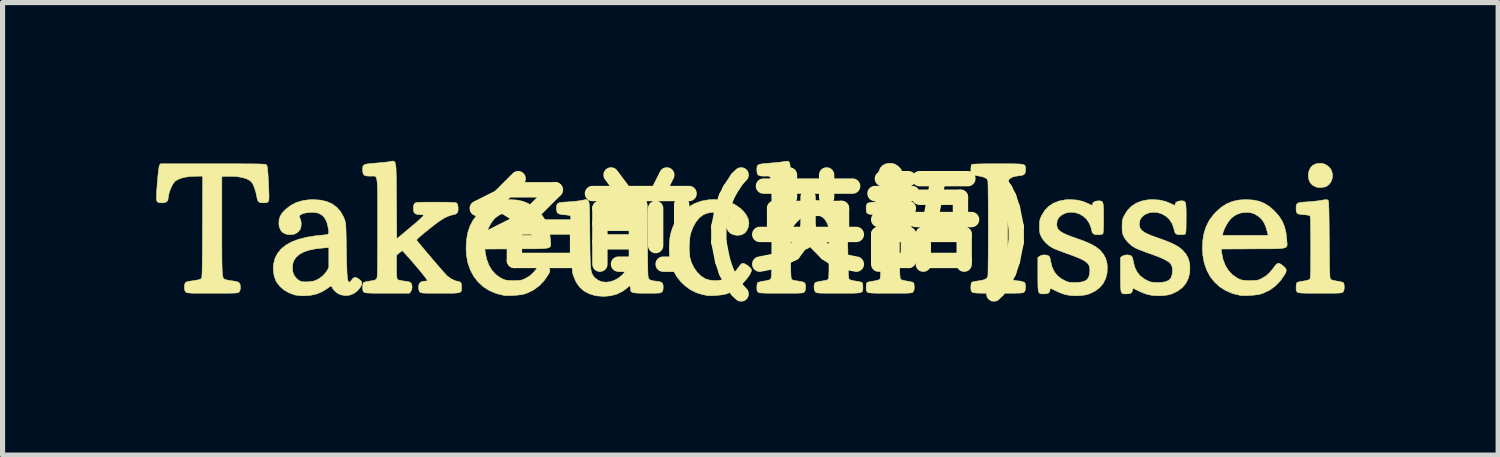
<source format=kicad_pcb>
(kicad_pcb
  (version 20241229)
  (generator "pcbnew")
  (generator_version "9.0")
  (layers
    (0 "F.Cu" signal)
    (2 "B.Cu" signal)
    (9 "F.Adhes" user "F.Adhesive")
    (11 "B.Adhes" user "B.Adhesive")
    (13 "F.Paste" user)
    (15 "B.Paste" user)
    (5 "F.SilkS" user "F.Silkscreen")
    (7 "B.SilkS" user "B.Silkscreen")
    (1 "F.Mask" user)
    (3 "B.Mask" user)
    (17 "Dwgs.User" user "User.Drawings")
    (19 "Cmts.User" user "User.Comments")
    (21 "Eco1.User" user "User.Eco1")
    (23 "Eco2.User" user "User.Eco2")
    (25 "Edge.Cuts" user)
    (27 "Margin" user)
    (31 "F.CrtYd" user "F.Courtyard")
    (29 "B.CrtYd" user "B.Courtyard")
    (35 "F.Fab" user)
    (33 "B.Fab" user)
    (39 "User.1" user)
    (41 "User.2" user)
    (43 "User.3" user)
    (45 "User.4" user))
  (footprint "名前(英語)"
    (layer "F.Cu")
    (at 11.638 1.418)
    (property "Reference" "名前(英語)" (at 0 0 0) (layer "F.SilkS") (effects (font (size 1.524 1.524) (thickness 0.3))))
    (attr through_hole)
    (fp_poly (pts (xy 2.738 -1.277) (xy 2.794 -1.258) (xy 2.849 -1.221) (xy 2.894 -1.173) (xy 2.917 -1.134) (xy 2.933 -1.065) (xy 2.93 -0.995) (xy 2.908 -0.928) (xy 2.87 -0.871) (xy 2.818 -0.831) (xy 2.768 -0.815) (xy 2.707 -0.807) (xy 2.648 -0.809) (xy 2.616 -0.816) (xy 2.547 -0.851) (xy 2.498 -0.9) (xy 2.47 -0.965) (xy 2.461 -1.041) (xy 2.472 -1.123) (xy 2.501 -1.19) (xy 2.548 -1.24) (xy 2.611 -1.27) (xy 2.688 -1.281) (xy 2.738 -1.277)) (stroke (width 0.01) (type solid)) (fill yes) (layer "F.SilkS"))
    (fp_poly (pts (xy 11.133 -1.277) (xy 11.189 -1.258) (xy 11.244 -1.221) (xy 11.289 -1.173) (xy 11.311 -1.134) (xy 11.328 -1.065) (xy 11.325 -0.995) (xy 11.303 -0.928) (xy 11.265 -0.871) (xy 11.213 -0.831) (xy 11.163 -0.815) (xy 11.102 -0.807) (xy 11.042 -0.809) (xy 11.01 -0.816) (xy 10.941 -0.851) (xy 10.893 -0.9) (xy 10.865 -0.965) (xy 10.856 -1.041) (xy 10.866 -1.123) (xy 10.896 -1.19) (xy 10.943 -1.24) (xy 11.006 -1.27) (xy 11.082 -1.281) (xy 11.133 -1.277)) (stroke (width 0.01) (type solid)) (fill yes) (layer "F.SilkS"))
    (fp_poly (pts (xy -0.607 -0.561) (xy -0.471 -0.53) (xy -0.349 -0.479) (xy -0.242 -0.407) (xy -0.178 -0.348) (xy -0.115 -0.267) (xy -0.078 -0.187) (xy -0.066 -0.108) (xy -0.08 -0.029) (xy -0.108 0.033) (xy -0.151 0.084) (xy -0.207 0.115) (xy -0.28 0.127) (xy -0.291 0.127) (xy -0.367 0.116) (xy -0.428 0.086) (xy -0.473 0.041) (xy -0.5 -0.017) (xy -0.507 -0.084) (xy -0.491 -0.156) (xy -0.483 -0.174) (xy -0.469 -0.207) (xy -0.466 -0.226) (xy -0.474 -0.239) (xy -0.48 -0.245) (xy -0.542 -0.284) (xy -0.619 -0.31) (xy -0.705 -0.322) (xy -0.794 -0.321) (xy -0.879 -0.306) (xy -0.953 -0.277) (xy -0.96 -0.273) (xy -1.033 -0.216) (xy -1.099 -0.137) (xy -1.154 -0.04) (xy -1.198 0.075) (xy -1.208 0.112) (xy -1.224 0.194) (xy -1.233 0.29) (xy -1.235 0.39) (xy -1.23 0.484) (xy -1.22 0.552) (xy -1.188 0.66) (xy -1.139 0.76) (xy -1.076 0.848) (xy -1.004 0.92) (xy -0.923 0.972) (xy -0.918 0.975) (xy -0.842 0.999) (xy -0.754 1.011) (xy -0.662 1.009) (xy -0.575 0.994) (xy -0.53 0.98) (xy -0.46 0.942) (xy -0.387 0.885) (xy -0.317 0.815) (xy -0.265 0.747) (xy -0.235 0.706) (xy -0.211 0.683) (xy -0.19 0.674) (xy -0.182 0.673) (xy -0.15 0.682) (xy -0.11 0.704) (xy -0.07 0.733) (xy -0.037 0.765) (xy -0.018 0.792) (xy -0.018 0.795) (xy -0.02 0.83) (xy -0.041 0.878) (xy -0.078 0.936) (xy -0.13 1.001) (xy -0.195 1.071) (xy -0.197 1.073) (xy -0.291 1.157) (xy -0.387 1.219) (xy -0.49 1.264) (xy -0.533 1.277) (xy -0.575 1.285) (xy -0.631 1.293) (xy -0.696 1.299) (xy -0.761 1.303) (xy -0.819 1.305) (xy -0.864 1.303) (xy -0.883 1.301) (xy -0.909 1.295) (xy -0.95 1.287) (xy -0.978 1.281) (xy -1.091 1.247) (xy -1.203 1.191) (xy -1.307 1.116) (xy -1.401 1.026) (xy -1.479 0.924) (xy -1.522 0.849) (xy -1.573 0.727) (xy -1.606 0.601) (xy -1.621 0.466) (xy -1.621 0.33) (xy -1.614 0.219) (xy -1.6 0.124) (xy -1.578 0.038) (xy -1.546 -0.047) (xy -1.524 -0.095) (xy -1.449 -0.224) (xy -1.358 -0.333) (xy -1.251 -0.423) (xy -1.131 -0.492) (xy -0.998 -0.541) (xy -0.853 -0.567) (xy -0.756 -0.572) (xy -0.607 -0.561)) (stroke (width 0.01) (type solid)) (fill yes) (layer "F.SilkS"))
    (fp_poly (pts (xy -4.603 -0.563) (xy -4.484 -0.539) (xy -4.377 -0.496) (xy -4.277 -0.433) (xy -4.183 -0.35) (xy -4.098 -0.254) (xy -4.033 -0.155) (xy -3.987 -0.048) (xy -3.957 0.072) (xy -3.942 0.209) (xy -3.942 0.21) (xy -3.939 0.249) (xy -3.936 0.282) (xy -3.935 0.31) (xy -3.938 0.332) (xy -3.947 0.349) (xy -3.964 0.363) (xy -3.991 0.373) (xy -4.03 0.38) (xy -4.083 0.385) (xy -4.152 0.388) (xy -4.238 0.389) (xy -4.345 0.39) (xy -4.473 0.39) (xy -4.598 0.391) (xy -5.222 0.394) (xy -5.214 0.461) (xy -5.187 0.593) (xy -5.142 0.711) (xy -5.081 0.812) (xy -5.004 0.895) (xy -4.913 0.959) (xy -4.89 0.971) (xy -4.852 0.988) (xy -4.82 0.999) (xy -4.787 1.005) (xy -4.745 1.009) (xy -4.688 1.01) (xy -4.661 1.01) (xy -4.596 1.009) (xy -4.55 1.007) (xy -4.514 1.002) (xy -4.483 0.993) (xy -4.448 0.978) (xy -4.432 0.97) (xy -4.351 0.923) (xy -4.279 0.86) (xy -4.211 0.778) (xy -4.192 0.751) (xy -4.155 0.703) (xy -4.123 0.677) (xy -4.09 0.674) (xy -4.052 0.693) (xy -4.01 0.725) (xy -3.971 0.764) (xy -3.952 0.798) (xy -3.954 0.835) (xy -3.975 0.88) (xy -3.978 0.885) (xy -4.062 1.008) (xy -4.16 1.111) (xy -4.271 1.193) (xy -4.394 1.253) (xy -4.465 1.276) (xy -4.512 1.285) (xy -4.576 1.293) (xy -4.648 1.299) (xy -4.72 1.303) (xy -4.786 1.304) (xy -4.836 1.301) (xy -4.845 1.3) (xy -4.994 1.264) (xy -5.129 1.208) (xy -5.248 1.133) (xy -5.351 1.039) (xy -5.437 0.93) (xy -5.504 0.804) (xy -5.553 0.665) (xy -5.581 0.512) (xy -5.588 0.381) (xy -5.58 0.221) (xy -5.564 0.127) (xy -5.196 0.127) (xy -4.305 0.127) (xy -4.313 0.092) (xy -4.343 -0.019) (xy -4.38 -0.109) (xy -4.425 -0.18) (xy -4.482 -0.236) (xy -4.551 -0.28) (xy -4.571 -0.29) (xy -4.62 -0.309) (xy -4.669 -0.319) (xy -4.729 -0.322) (xy -4.737 -0.322) (xy -4.838 -0.311) (xy -4.927 -0.278) (xy -5.008 -0.222) (xy -5.037 -0.195) (xy -5.079 -0.143) (xy -5.12 -0.078) (xy -5.156 -0.007) (xy -5.181 0.059) (xy -5.188 0.086) (xy -5.196 0.127) (xy -5.564 0.127) (xy -5.556 0.078) (xy -5.514 -0.05) (xy -5.453 -0.167) (xy -5.373 -0.275) (xy -5.321 -0.331) (xy -5.218 -0.423) (xy -5.111 -0.491) (xy -4.997 -0.537) (xy -4.872 -0.563) (xy -4.738 -0.571) (xy -4.603 -0.563)) (stroke (width 0.01) (type solid)) (fill yes) (layer "F.SilkS"))
    (fp_poly (pts (xy 9.774 -0.563) (xy 9.893 -0.539) (xy 10 -0.496) (xy 10.099 -0.433) (xy 10.193 -0.35) (xy 10.279 -0.254) (xy 10.344 -0.155) (xy 10.39 -0.048) (xy 10.419 0.072) (xy 10.435 0.209) (xy 10.435 0.21) (xy 10.438 0.249) (xy 10.441 0.282) (xy 10.442 0.31) (xy 10.438 0.332) (xy 10.429 0.349) (xy 10.412 0.363) (xy 10.385 0.373) (xy 10.346 0.38) (xy 10.293 0.385) (xy 10.225 0.388) (xy 10.138 0.389) (xy 10.032 0.39) (xy 9.903 0.39) (xy 9.779 0.391) (xy 9.154 0.394) (xy 9.163 0.461) (xy 9.189 0.593) (xy 9.234 0.711) (xy 9.295 0.812) (xy 9.372 0.895) (xy 9.464 0.959) (xy 9.487 0.971) (xy 9.525 0.988) (xy 9.557 0.999) (xy 9.59 1.005) (xy 9.631 1.009) (xy 9.689 1.01) (xy 9.716 1.01) (xy 9.78 1.009) (xy 9.827 1.007) (xy 9.862 1.002) (xy 9.894 0.993) (xy 9.928 0.978) (xy 9.944 0.97) (xy 10.025 0.923) (xy 10.097 0.86) (xy 10.165 0.778) (xy 10.184 0.751) (xy 10.221 0.703) (xy 10.253 0.677) (xy 10.286 0.674) (xy 10.325 0.693) (xy 10.366 0.725) (xy 10.406 0.764) (xy 10.424 0.798) (xy 10.422 0.835) (xy 10.402 0.88) (xy 10.399 0.885) (xy 10.315 1.008) (xy 10.217 1.111) (xy 10.106 1.193) (xy 9.982 1.253) (xy 9.912 1.276) (xy 9.864 1.285) (xy 9.801 1.293) (xy 9.729 1.299) (xy 9.656 1.303) (xy 9.591 1.304) (xy 9.541 1.301) (xy 9.531 1.3) (xy 9.382 1.264) (xy 9.248 1.208) (xy 9.129 1.133) (xy 9.025 1.039) (xy 8.94 0.93) (xy 8.872 0.804) (xy 8.824 0.665) (xy 8.796 0.512) (xy 8.789 0.381) (xy 8.796 0.221) (xy 8.812 0.127) (xy 9.18 0.127) (xy 10.072 0.127) (xy 10.064 0.092) (xy 10.033 -0.019) (xy 9.997 -0.109) (xy 9.951 -0.18) (xy 9.895 -0.236) (xy 9.825 -0.28) (xy 9.806 -0.29) (xy 9.756 -0.309) (xy 9.707 -0.319) (xy 9.647 -0.322) (xy 9.639 -0.322) (xy 9.539 -0.311) (xy 9.449 -0.278) (xy 9.368 -0.222) (xy 9.339 -0.195) (xy 9.298 -0.143) (xy 9.257 -0.078) (xy 9.221 -0.007) (xy 9.195 0.059) (xy 9.188 0.086) (xy 9.18 0.127) (xy 8.812 0.127) (xy 8.821 0.078) (xy 8.863 -0.05) (xy 8.923 -0.167) (xy 9.004 -0.275) (xy 9.055 -0.331) (xy 9.159 -0.423) (xy 9.265 -0.491) (xy 9.379 -0.537) (xy 9.504 -0.563) (xy 9.638 -0.571) (xy 9.774 -0.563)) (stroke (width 0.01) (type solid)) (fill yes) (layer "F.SilkS"))
    (fp_poly (pts (xy 2.825 -0.569) (xy 2.837 -0.564) (xy 2.845 -0.559) (xy 2.849 -0.554) (xy 2.852 -0.542) (xy 2.855 -0.523) (xy 2.858 -0.494) (xy 2.86 -0.453) (xy 2.862 -0.398) (xy 2.864 -0.328) (xy 2.865 -0.241) (xy 2.867 -0.134) (xy 2.868 -0.007) (xy 2.87 0.144) (xy 2.87 0.209) (xy 2.872 0.368) (xy 2.873 0.503) (xy 2.874 0.617) (xy 2.876 0.712) (xy 2.877 0.788) (xy 2.879 0.849) (xy 2.881 0.895) (xy 2.884 0.93) (xy 2.887 0.954) (xy 2.89 0.971) (xy 2.894 0.98) (xy 2.897 0.985) (xy 2.92 0.997) (xy 2.963 1.009) (xy 3.019 1.02) (xy 3.028 1.021) (xy 3.084 1.031) (xy 3.126 1.043) (xy 3.149 1.053) (xy 3.151 1.055) (xy 3.157 1.078) (xy 3.161 1.115) (xy 3.162 1.14) (xy 3.159 1.188) (xy 3.148 1.219) (xy 3.137 1.232) (xy 3.129 1.239) (xy 3.119 1.244) (xy 3.103 1.249) (xy 3.08 1.252) (xy 3.047 1.254) (xy 3 1.256) (xy 2.938 1.257) (xy 2.857 1.257) (xy 2.754 1.257) (xy 2.695 1.257) (xy 2.579 1.257) (xy 2.485 1.257) (xy 2.412 1.256) (xy 2.356 1.254) (xy 2.314 1.252) (xy 2.285 1.249) (xy 2.266 1.245) (xy 2.254 1.239) (xy 2.251 1.238) (xy 2.234 1.221) (xy 2.226 1.198) (xy 2.223 1.16) (xy 2.223 1.145) (xy 2.225 1.102) (xy 2.23 1.068) (xy 2.235 1.054) (xy 2.255 1.042) (xy 2.299 1.03) (xy 2.357 1.021) (xy 2.42 1.01) (xy 2.465 0.997) (xy 2.487 0.985) (xy 2.492 0.978) (xy 2.496 0.967) (xy 2.5 0.949) (xy 2.502 0.922) (xy 2.504 0.884) (xy 2.506 0.833) (xy 2.507 0.767) (xy 2.508 0.683) (xy 2.508 0.579) (xy 2.508 0.453) (xy 2.508 0.362) (xy 2.508 0.214) (xy 2.508 0.089) (xy 2.507 -0.014) (xy 2.505 -0.096) (xy 2.503 -0.159) (xy 2.501 -0.205) (xy 2.498 -0.236) (xy 2.495 -0.252) (xy 2.493 -0.255) (xy 2.474 -0.263) (xy 2.436 -0.27) (xy 2.387 -0.276) (xy 2.372 -0.277) (xy 2.308 -0.282) (xy 2.266 -0.291) (xy 2.24 -0.309) (xy 2.227 -0.337) (xy 2.223 -0.381) (xy 2.223 -0.402) (xy 2.224 -0.444) (xy 2.231 -0.475) (xy 2.247 -0.496) (xy 2.276 -0.509) (xy 2.321 -0.518) (xy 2.386 -0.523) (xy 2.426 -0.526) (xy 2.5 -0.531) (xy 2.579 -0.538) (xy 2.651 -0.547) (xy 2.686 -0.552) (xy 2.745 -0.562) (xy 2.785 -0.568) (xy 2.81 -0.57) (xy 2.825 -0.569)) (stroke (width 0.01) (type solid)) (fill yes) (layer "F.SilkS"))
    (fp_poly (pts (xy 11.22 -0.569) (xy 11.231 -0.564) (xy 11.239 -0.559) (xy 11.244 -0.554) (xy 11.247 -0.542) (xy 11.25 -0.523) (xy 11.253 -0.494) (xy 11.255 -0.453) (xy 11.257 -0.398) (xy 11.259 -0.328) (xy 11.26 -0.241) (xy 11.262 -0.134) (xy 11.263 -0.007) (xy 11.264 0.144) (xy 11.265 0.209) (xy 11.266 0.368) (xy 11.268 0.503) (xy 11.269 0.617) (xy 11.27 0.712) (xy 11.272 0.788) (xy 11.274 0.849) (xy 11.276 0.895) (xy 11.278 0.93) (xy 11.281 0.954) (xy 11.285 0.971) (xy 11.288 0.98) (xy 11.291 0.985) (xy 11.315 0.997) (xy 11.357 1.009) (xy 11.414 1.02) (xy 11.423 1.021) (xy 11.479 1.031) (xy 11.521 1.043) (xy 11.544 1.053) (xy 11.545 1.055) (xy 11.552 1.078) (xy 11.556 1.115) (xy 11.557 1.14) (xy 11.554 1.188) (xy 11.542 1.219) (xy 11.532 1.232) (xy 11.524 1.239) (xy 11.513 1.244) (xy 11.498 1.249) (xy 11.475 1.252) (xy 11.442 1.254) (xy 11.395 1.256) (xy 11.333 1.257) (xy 11.251 1.257) (xy 11.149 1.257) (xy 11.09 1.257) (xy 10.974 1.257) (xy 10.88 1.257) (xy 10.806 1.256) (xy 10.75 1.254) (xy 10.709 1.252) (xy 10.68 1.249) (xy 10.661 1.245) (xy 10.648 1.239) (xy 10.645 1.238) (xy 10.629 1.221) (xy 10.62 1.198) (xy 10.617 1.16) (xy 10.617 1.145) (xy 10.62 1.102) (xy 10.625 1.068) (xy 10.63 1.054) (xy 10.65 1.042) (xy 10.694 1.03) (xy 10.751 1.021) (xy 10.815 1.01) (xy 10.86 0.997) (xy 10.882 0.985) (xy 10.887 0.978) (xy 10.891 0.967) (xy 10.894 0.949) (xy 10.897 0.922) (xy 10.899 0.884) (xy 10.901 0.833) (xy 10.902 0.767) (xy 10.902 0.683) (xy 10.903 0.579) (xy 10.903 0.453) (xy 10.903 0.362) (xy 10.903 0.214) (xy 10.902 0.089) (xy 10.901 -0.014) (xy 10.9 -0.096) (xy 10.898 -0.159) (xy 10.896 -0.205) (xy 10.893 -0.236) (xy 10.889 -0.252) (xy 10.888 -0.255) (xy 10.868 -0.263) (xy 10.831 -0.27) (xy 10.782 -0.276) (xy 10.767 -0.277) (xy 10.703 -0.282) (xy 10.66 -0.291) (xy 10.635 -0.309) (xy 10.622 -0.337) (xy 10.617 -0.381) (xy 10.617 -0.402) (xy 10.619 -0.444) (xy 10.626 -0.475) (xy 10.642 -0.496) (xy 10.67 -0.509) (xy 10.715 -0.518) (xy 10.781 -0.523) (xy 10.82 -0.526) (xy 10.894 -0.531) (xy 10.974 -0.538) (xy 11.046 -0.547) (xy 11.081 -0.552) (xy 11.14 -0.562) (xy 11.18 -0.568) (xy 11.205 -0.57) (xy 11.22 -0.569)) (stroke (width 0.01) (type solid)) (fill yes) (layer "F.SilkS"))
    (fp_poly (pts (xy 5.034 -1.27) (xy 5.121 -1.269) (xy 5.19 -1.267) (xy 5.242 -1.264) (xy 5.28 -1.258) (xy 5.306 -1.25) (xy 5.322 -1.238) (xy 5.33 -1.223) (xy 5.334 -1.204) (xy 5.334 -1.181) (xy 5.334 -1.153) (xy 5.331 -1.106) (xy 5.318 -1.074) (xy 5.292 -1.054) (xy 5.249 -1.042) (xy 5.202 -1.036) (xy 5.123 -1.024) (xy 5.065 -1.005) (xy 5.025 -0.978) (xy 5.008 -0.957) (xy 5.004 -0.949) (xy 5 -0.939) (xy 4.996 -0.925) (xy 4.994 -0.904) (xy 4.991 -0.876) (xy 4.989 -0.839) (xy 4.988 -0.789) (xy 4.987 -0.727) (xy 4.986 -0.65) (xy 4.985 -0.556) (xy 4.985 -0.443) (xy 4.985 -0.311) (xy 4.985 -0.155) (xy 4.985 -0.013) (xy 4.985 0.167) (xy 4.985 0.323) (xy 4.986 0.457) (xy 4.986 0.57) (xy 4.987 0.665) (xy 4.988 0.743) (xy 4.99 0.805) (xy 4.992 0.853) (xy 4.994 0.889) (xy 4.997 0.914) (xy 5 0.931) (xy 5.002 0.937) (xy 5.018 0.964) (xy 5.043 0.982) (xy 5.084 0.997) (xy 5.129 1.008) (xy 5.172 1.015) (xy 5.187 1.016) (xy 5.232 1.02) (xy 5.276 1.031) (xy 5.31 1.046) (xy 5.323 1.057) (xy 5.329 1.078) (xy 5.333 1.115) (xy 5.334 1.14) (xy 5.331 1.188) (xy 5.319 1.219) (xy 5.309 1.232) (xy 5.301 1.238) (xy 5.292 1.244) (xy 5.277 1.248) (xy 5.256 1.251) (xy 5.225 1.254) (xy 5.182 1.255) (xy 5.124 1.256) (xy 5.049 1.257) (xy 4.954 1.257) (xy 4.837 1.257) (xy 4.803 1.257) (xy 4.678 1.257) (xy 4.576 1.257) (xy 4.494 1.256) (xy 4.43 1.255) (xy 4.381 1.253) (xy 4.346 1.25) (xy 4.322 1.247) (xy 4.306 1.243) (xy 4.296 1.238) (xy 4.295 1.238) (xy 4.28 1.223) (xy 4.271 1.201) (xy 4.268 1.167) (xy 4.267 1.137) (xy 4.27 1.086) (xy 4.278 1.053) (xy 4.284 1.044) (xy 4.303 1.036) (xy 4.341 1.028) (xy 4.39 1.019) (xy 4.414 1.016) (xy 4.489 1.004) (xy 4.543 0.987) (xy 4.577 0.964) (xy 4.597 0.933) (xy 4.599 0.926) (xy 4.6 0.908) (xy 4.602 0.868) (xy 4.603 0.806) (xy 4.604 0.725) (xy 4.605 0.627) (xy 4.606 0.514) (xy 4.607 0.388) (xy 4.607 0.252) (xy 4.607 0.107) (xy 4.608 -0.006) (xy 4.607 -0.156) (xy 4.607 -0.299) (xy 4.607 -0.433) (xy 4.606 -0.555) (xy 4.605 -0.665) (xy 4.604 -0.759) (xy 4.603 -0.835) (xy 4.601 -0.892) (xy 4.6 -0.928) (xy 4.599 -0.939) (xy 4.583 -0.971) (xy 4.552 -0.995) (xy 4.504 -1.014) (xy 4.434 -1.03) (xy 4.409 -1.034) (xy 4.351 -1.044) (xy 4.307 -1.055) (xy 4.282 -1.065) (xy 4.279 -1.069) (xy 4.271 -1.093) (xy 4.268 -1.132) (xy 4.268 -1.177) (xy 4.272 -1.219) (xy 4.278 -1.248) (xy 4.282 -1.255) (xy 4.294 -1.259) (xy 4.319 -1.262) (xy 4.361 -1.265) (xy 4.421 -1.267) (xy 4.5 -1.269) (xy 4.6 -1.27) (xy 4.723 -1.27) (xy 4.795 -1.27) (xy 4.926 -1.27) (xy 5.034 -1.27)) (stroke (width 0.01) (type solid)) (fill yes) (layer "F.SilkS"))
    (fp_poly (pts (xy -8.437 -0.562) (xy -8.314 -0.535) (xy -8.207 -0.489) (xy -8.116 -0.424) (xy -8.042 -0.34) (xy -7.982 -0.236) (xy -7.961 -0.183) (xy -7.954 -0.163) (xy -7.948 -0.143) (xy -7.943 -0.12) (xy -7.94 -0.091) (xy -7.936 -0.053) (xy -7.934 -0.005) (xy -7.932 0.057) (xy -7.93 0.136) (xy -7.928 0.233) (xy -7.926 0.351) (xy -7.924 0.419) (xy -7.922 0.563) (xy -7.919 0.683) (xy -7.916 0.782) (xy -7.913 0.861) (xy -7.908 0.923) (xy -7.903 0.97) (xy -7.897 1.003) (xy -7.889 1.025) (xy -7.88 1.037) (xy -7.87 1.041) (xy -7.867 1.041) (xy -7.849 1.031) (xy -7.827 1.006) (xy -7.822 0.998) (xy -7.793 0.962) (xy -7.76 0.948) (xy -7.72 0.956) (xy -7.673 0.987) (xy -7.649 1.007) (xy -7.626 1.036) (xy -7.623 1.069) (xy -7.637 1.111) (xy -7.657 1.146) (xy -7.715 1.215) (xy -7.785 1.265) (xy -7.864 1.295) (xy -7.948 1.303) (xy -8.033 1.288) (xy -8.078 1.269) (xy -8.12 1.242) (xy -8.161 1.204) (xy -8.194 1.163) (xy -8.21 1.131) (xy -8.216 1.118) (xy -8.226 1.116) (xy -8.244 1.126) (xy -8.277 1.149) (xy -8.284 1.154) (xy -8.393 1.224) (xy -8.504 1.271) (xy -8.624 1.298) (xy -8.758 1.307) (xy -8.763 1.307) (xy -8.824 1.304) (xy -8.886 1.298) (xy -8.936 1.289) (xy -8.941 1.288) (xy -9.046 1.249) (xy -9.142 1.193) (xy -9.222 1.124) (xy -9.285 1.043) (xy -9.303 1.01) (xy -9.336 0.917) (xy -9.352 0.813) (xy -9.351 0.761) (xy -8.978 0.761) (xy -8.971 0.835) (xy -8.963 0.868) (xy -8.937 0.921) (xy -8.895 0.972) (xy -8.845 1.011) (xy -8.813 1.026) (xy -8.768 1.034) (xy -8.707 1.036) (xy -8.64 1.031) (xy -8.576 1.022) (xy -8.534 1.01) (xy -8.459 0.973) (xy -8.386 0.918) (xy -8.327 0.852) (xy -8.309 0.826) (xy -8.268 0.757) (xy -8.268 0.365) (xy -8.385 0.374) (xy -8.535 0.391) (xy -8.662 0.418) (xy -8.767 0.455) (xy -8.851 0.503) (xy -8.914 0.562) (xy -8.955 0.628) (xy -8.973 0.689) (xy -8.978 0.761) (xy -9.351 0.761) (xy -9.35 0.708) (xy -9.347 0.689) (xy -9.319 0.578) (xy -9.269 0.479) (xy -9.198 0.392) (xy -9.106 0.317) (xy -8.992 0.254) (xy -8.856 0.203) (xy -8.698 0.163) (xy -8.517 0.134) (xy -8.435 0.126) (xy -8.365 0.12) (xy -8.317 0.114) (xy -8.287 0.105) (xy -8.272 0.09) (xy -8.268 0.065) (xy -8.272 0.028) (xy -8.281 -0.025) (xy -8.304 -0.122) (xy -8.339 -0.199) (xy -8.387 -0.256) (xy -8.449 -0.297) (xy -8.458 -0.301) (xy -8.508 -0.315) (xy -8.574 -0.322) (xy -8.645 -0.321) (xy -8.713 -0.313) (xy -8.769 -0.299) (xy -8.777 -0.296) (xy -8.821 -0.274) (xy -8.843 -0.255) (xy -8.845 -0.233) (xy -8.831 -0.206) (xy -8.831 -0.206) (xy -8.814 -0.163) (xy -8.807 -0.107) (xy -8.81 -0.05) (xy -8.823 0.000451) (xy -8.834 0.021) (xy -8.883 0.073) (xy -8.94 0.103) (xy -9.01 0.114) (xy -9.023 0.114) (xy -9.102 0.104) (xy -9.163 0.075) (xy -9.208 0.027) (xy -9.235 -0.039) (xy -9.243 -0.093) (xy -9.24 -0.171) (xy -9.22 -0.241) (xy -9.179 -0.308) (xy -9.116 -0.376) (xy -9.113 -0.378) (xy -9.012 -0.457) (xy -8.9 -0.515) (xy -8.775 -0.552) (xy -8.636 -0.57) (xy -8.578 -0.571) (xy -8.437 -0.562)) (stroke (width 0.01) (type solid)) (fill yes) (layer "F.SilkS"))
    (fp_poly (pts (xy -10.344 -1.27) (xy -10.182 -1.27) (xy -10.042 -1.27) (xy -9.922 -1.269) (xy -9.821 -1.269) (xy -9.738 -1.268) (xy -9.669 -1.267) (xy -9.615 -1.266) (xy -9.573 -1.264) (xy -9.541 -1.262) (xy -9.518 -1.26) (xy -9.502 -1.257) (xy -9.492 -1.254) (xy -9.486 -1.25) (xy -9.484 -1.248) (xy -9.476 -1.234) (xy -9.47 -1.208) (xy -9.464 -1.167) (xy -9.459 -1.109) (xy -9.453 -1.029) (xy -9.45 -0.976) (xy -9.446 -0.892) (xy -9.442 -0.808) (xy -9.439 -0.733) (xy -9.437 -0.671) (xy -9.436 -0.631) (xy -9.438 -0.574) (xy -9.446 -0.538) (xy -9.466 -0.518) (xy -9.501 -0.51) (xy -9.554 -0.508) (xy -9.6 -0.511) (xy -9.631 -0.523) (xy -9.652 -0.548) (xy -9.667 -0.591) (xy -9.676 -0.639) (xy -9.693 -0.716) (xy -9.716 -0.792) (xy -9.743 -0.858) (xy -9.768 -0.904) (xy -9.81 -0.944) (xy -9.874 -0.977) (xy -9.956 -1.002) (xy -10.054 -1.019) (xy -10.164 -1.027) (xy -10.249 -1.026) (xy -10.357 -1.022) (xy -10.357 -0.064) (xy -10.357 0.121) (xy -10.357 0.283) (xy -10.356 0.422) (xy -10.356 0.541) (xy -10.355 0.641) (xy -10.353 0.724) (xy -10.351 0.792) (xy -10.348 0.846) (xy -10.345 0.889) (xy -10.34 0.92) (xy -10.335 0.944) (xy -10.328 0.96) (xy -10.32 0.972) (xy -10.311 0.979) (xy -10.3 0.985) (xy -10.293 0.989) (xy -10.266 0.996) (xy -10.223 1.005) (xy -10.17 1.014) (xy -10.151 1.016) (xy -10.085 1.026) (xy -10.04 1.04) (xy -10.013 1.061) (xy -9.999 1.092) (xy -9.995 1.136) (xy -9.995 1.144) (xy -9.999 1.193) (xy -10.014 1.224) (xy -10.02 1.232) (xy -10.028 1.238) (xy -10.037 1.244) (xy -10.051 1.248) (xy -10.072 1.251) (xy -10.102 1.253) (xy -10.145 1.255) (xy -10.202 1.256) (xy -10.276 1.257) (xy -10.369 1.257) (xy -10.484 1.257) (xy -10.541 1.257) (xy -10.666 1.257) (xy -10.769 1.257) (xy -10.851 1.257) (xy -10.915 1.256) (xy -10.963 1.254) (xy -10.998 1.252) (xy -11.023 1.249) (xy -11.04 1.245) (xy -11.051 1.241) (xy -11.059 1.235) (xy -11.062 1.232) (xy -11.078 1.207) (xy -11.086 1.171) (xy -11.087 1.138) (xy -11.083 1.085) (xy -11.068 1.052) (xy -11.037 1.033) (xy -10.989 1.023) (xy -10.896 1.01) (xy -10.828 0.998) (xy -10.783 0.985) (xy -10.758 0.972) (xy -10.758 0.971) (xy -10.754 0.966) (xy -10.751 0.955) (xy -10.748 0.938) (xy -10.746 0.912) (xy -10.743 0.877) (xy -10.742 0.83) (xy -10.74 0.77) (xy -10.739 0.695) (xy -10.738 0.604) (xy -10.737 0.495) (xy -10.736 0.366) (xy -10.735 0.215) (xy -10.735 0.042) (xy -10.734 -0.039) (xy -10.731 -1.029) (xy -10.842 -1.028) (xy -10.975 -1.023) (xy -11.088 -1.006) (xy -11.18 -0.98) (xy -11.251 -0.943) (xy -11.276 -0.923) (xy -11.307 -0.883) (xy -11.339 -0.825) (xy -11.367 -0.758) (xy -11.389 -0.688) (xy -11.402 -0.623) (xy -11.405 -0.592) (xy -11.415 -0.55) (xy -11.447 -0.522) (xy -11.497 -0.509) (xy -11.52 -0.508) (xy -11.574 -0.511) (xy -11.608 -0.521) (xy -11.626 -0.544) (xy -11.633 -0.581) (xy -11.633 -0.601) (xy -11.632 -0.656) (xy -11.629 -0.724) (xy -11.624 -0.802) (xy -11.618 -0.884) (xy -11.611 -0.967) (xy -11.603 -1.046) (xy -11.595 -1.118) (xy -11.587 -1.177) (xy -11.581 -1.219) (xy -11.575 -1.241) (xy -11.574 -1.241) (xy -11.556 -1.27) (xy -10.53 -1.27) (xy -10.344 -1.27)) (stroke (width 0.01) (type solid)) (fill yes) (layer "F.SilkS"))
    (fp_poly (pts (xy 6.335 -0.563) (xy 6.453 -0.536) (xy 6.553 -0.495) (xy 6.597 -0.473) (xy 6.624 -0.462) (xy 6.637 -0.46) (xy 6.642 -0.468) (xy 6.642 -0.482) (xy 6.654 -0.511) (xy 6.686 -0.533) (xy 6.733 -0.545) (xy 6.757 -0.546) (xy 6.787 -0.546) (xy 6.811 -0.542) (xy 6.828 -0.533) (xy 6.841 -0.515) (xy 6.849 -0.485) (xy 6.854 -0.442) (xy 6.857 -0.381) (xy 6.858 -0.3) (xy 6.858 -0.208) (xy 6.858 -0.104) (xy 6.856 -0.023) (xy 6.854 0.035) (xy 6.85 0.074) (xy 6.845 0.095) (xy 6.843 0.099) (xy 6.822 0.107) (xy 6.785 0.113) (xy 6.749 0.114) (xy 6.695 0.111) (xy 6.659 0.097) (xy 6.637 0.07) (xy 6.625 0.024) (xy 6.623 0.016) (xy 6.613 -0.026) (xy 6.594 -0.076) (xy 6.577 -0.114) (xy 6.527 -0.189) (xy 6.462 -0.248) (xy 6.385 -0.292) (xy 6.302 -0.318) (xy 6.216 -0.325) (xy 6.133 -0.313) (xy 6.055 -0.28) (xy 6.034 -0.266) (xy 5.983 -0.219) (xy 5.953 -0.164) (xy 5.944 -0.096) (xy 5.944 -0.091) (xy 5.948 -0.047) (xy 5.961 -0.009) (xy 5.986 0.025) (xy 6.025 0.057) (xy 6.08 0.089) (xy 6.154 0.122) (xy 6.249 0.158) (xy 6.324 0.184) (xy 6.453 0.23) (xy 6.559 0.274) (xy 6.646 0.316) (xy 6.717 0.359) (xy 6.774 0.403) (xy 6.794 0.422) (xy 6.857 0.497) (xy 6.899 0.577) (xy 6.924 0.667) (xy 6.931 0.738) (xy 6.927 0.858) (xy 6.9 0.967) (xy 6.852 1.064) (xy 6.782 1.147) (xy 6.692 1.215) (xy 6.582 1.268) (xy 6.572 1.272) (xy 6.495 1.292) (xy 6.402 1.303) (xy 6.303 1.306) (xy 6.206 1.3) (xy 6.119 1.285) (xy 6.096 1.279) (xy 6.034 1.257) (xy 5.965 1.229) (xy 5.91 1.203) (xy 5.819 1.157) (xy 5.811 1.2) (xy 5.799 1.235) (xy 5.776 1.257) (xy 5.736 1.267) (xy 5.685 1.27) (xy 5.654 1.27) (xy 5.629 1.267) (xy 5.61 1.259) (xy 5.597 1.243) (xy 5.587 1.217) (xy 5.581 1.178) (xy 5.577 1.123) (xy 5.576 1.05) (xy 5.575 0.955) (xy 5.575 0.887) (xy 5.575 0.561) (xy 5.609 0.534) (xy 5.651 0.515) (xy 5.705 0.508) (xy 5.758 0.516) (xy 5.778 0.524) (xy 5.795 0.537) (xy 5.808 0.557) (xy 5.817 0.591) (xy 5.825 0.635) (xy 5.853 0.746) (xy 5.897 0.839) (xy 5.958 0.916) (xy 6.039 0.978) (xy 6.103 1.012) (xy 6.142 1.029) (xy 6.177 1.04) (xy 6.216 1.045) (xy 6.268 1.047) (xy 6.306 1.048) (xy 6.4 1.043) (xy 6.472 1.027) (xy 6.526 0.999) (xy 6.562 0.956) (xy 6.582 0.899) (xy 6.589 0.852) (xy 6.591 0.798) (xy 6.586 0.751) (xy 6.573 0.712) (xy 6.549 0.676) (xy 6.513 0.643) (xy 6.461 0.611) (xy 6.393 0.577) (xy 6.305 0.541) (xy 6.196 0.5) (xy 6.147 0.483) (xy 6.072 0.456) (xy 6.001 0.429) (xy 5.939 0.405) (xy 5.892 0.386) (xy 5.867 0.374) (xy 5.793 0.328) (xy 5.725 0.267) (xy 5.669 0.199) (xy 5.643 0.155) (xy 5.626 0.118) (xy 5.615 0.085) (xy 5.61 0.048) (xy 5.607 -0.001) (xy 5.607 -0.044) (xy 5.608 -0.105) (xy 5.611 -0.15) (xy 5.618 -0.185) (xy 5.631 -0.221) (xy 5.648 -0.257) (xy 5.708 -0.356) (xy 5.785 -0.437) (xy 5.88 -0.5) (xy 5.989 -0.543) (xy 6.113 -0.567) (xy 6.203 -0.571) (xy 6.335 -0.563)) (stroke (width 0.01) (type solid)) (fill yes) (layer "F.SilkS"))
    (fp_poly (pts (xy 7.948 -0.563) (xy 8.066 -0.536) (xy 8.166 -0.495) (xy 8.21 -0.473) (xy 8.237 -0.462) (xy 8.25 -0.46) (xy 8.255 -0.468) (xy 8.255 -0.482) (xy 8.267 -0.511) (xy 8.299 -0.533) (xy 8.346 -0.545) (xy 8.37 -0.546) (xy 8.4 -0.546) (xy 8.424 -0.542) (xy 8.441 -0.533) (xy 8.454 -0.515) (xy 8.462 -0.485) (xy 8.467 -0.442) (xy 8.47 -0.381) (xy 8.471 -0.3) (xy 8.471 -0.208) (xy 8.47 -0.104) (xy 8.469 -0.023) (xy 8.467 0.035) (xy 8.463 0.074) (xy 8.458 0.095) (xy 8.456 0.099) (xy 8.435 0.107) (xy 8.398 0.113) (xy 8.362 0.114) (xy 8.307 0.111) (xy 8.272 0.097) (xy 8.25 0.07) (xy 8.238 0.024) (xy 8.236 0.016) (xy 8.225 -0.026) (xy 8.207 -0.076) (xy 8.19 -0.114) (xy 8.14 -0.189) (xy 8.074 -0.248) (xy 7.998 -0.292) (xy 7.915 -0.318) (xy 7.829 -0.325) (xy 7.746 -0.313) (xy 7.668 -0.28) (xy 7.647 -0.266) (xy 7.595 -0.219) (xy 7.566 -0.164) (xy 7.557 -0.096) (xy 7.556 -0.091) (xy 7.56 -0.047) (xy 7.574 -0.009) (xy 7.599 0.025) (xy 7.638 0.057) (xy 7.693 0.089) (xy 7.767 0.122) (xy 7.862 0.158) (xy 7.937 0.184) (xy 8.066 0.23) (xy 8.172 0.274) (xy 8.259 0.316) (xy 8.33 0.359) (xy 8.387 0.403) (xy 8.406 0.422) (xy 8.47 0.497) (xy 8.512 0.577) (xy 8.537 0.667) (xy 8.544 0.738) (xy 8.54 0.858) (xy 8.513 0.967) (xy 8.465 1.064) (xy 8.395 1.147) (xy 8.305 1.215) (xy 8.194 1.268) (xy 8.185 1.272) (xy 8.107 1.292) (xy 8.015 1.303) (xy 7.916 1.306) (xy 7.819 1.3) (xy 7.732 1.285) (xy 7.709 1.279) (xy 7.647 1.257) (xy 7.578 1.229) (xy 7.523 1.203) (xy 7.432 1.157) (xy 7.424 1.2) (xy 7.412 1.235) (xy 7.388 1.257) (xy 7.349 1.267) (xy 7.298 1.27) (xy 7.267 1.27) (xy 7.242 1.267) (xy 7.223 1.259) (xy 7.209 1.243) (xy 7.2 1.217) (xy 7.194 1.178) (xy 7.19 1.123) (xy 7.189 1.05) (xy 7.188 0.955) (xy 7.188 0.887) (xy 7.188 0.561) (xy 7.222 0.534) (xy 7.264 0.515) (xy 7.317 0.508) (xy 7.37 0.516) (xy 7.391 0.524) (xy 7.408 0.537) (xy 7.42 0.557) (xy 7.43 0.591) (xy 7.438 0.635) (xy 7.466 0.746) (xy 7.51 0.839) (xy 7.571 0.916) (xy 7.652 0.978) (xy 7.716 1.012) (xy 7.755 1.029) (xy 7.79 1.04) (xy 7.829 1.045) (xy 7.881 1.047) (xy 7.918 1.048) (xy 8.013 1.043) (xy 8.085 1.027) (xy 8.139 0.999) (xy 8.175 0.956) (xy 8.195 0.899) (xy 8.202 0.852) (xy 8.203 0.798) (xy 8.199 0.751) (xy 8.186 0.712) (xy 8.162 0.676) (xy 8.126 0.643) (xy 8.074 0.611) (xy 8.006 0.577) (xy 7.918 0.541) (xy 7.808 0.5) (xy 7.76 0.483) (xy 7.685 0.456) (xy 7.614 0.429) (xy 7.552 0.405) (xy 7.505 0.386) (xy 7.48 0.374) (xy 7.406 0.328) (xy 7.338 0.267) (xy 7.282 0.199) (xy 7.256 0.155) (xy 7.239 0.118) (xy 7.228 0.085) (xy 7.223 0.048) (xy 7.22 -0.001) (xy 7.22 -0.044) (xy 7.221 -0.105) (xy 7.224 -0.15) (xy 7.231 -0.185) (xy 7.244 -0.221) (xy 7.261 -0.257) (xy 7.321 -0.356) (xy 7.398 -0.437) (xy 7.493 -0.5) (xy 7.602 -0.543) (xy 7.726 -0.567) (xy 7.816 -0.571) (xy 7.948 -0.563)) (stroke (width 0.01) (type solid)) (fill yes) (layer "F.SilkS"))
    (fp_poly (pts (xy -2.09 -0.566) (xy -2.075 -0.553) (xy -2.064 -0.53) (xy -2.056 -0.496) (xy -2.05 -0.449) (xy -2.047 -0.388) (xy -2.045 -0.31) (xy -2.044 -0.213) (xy -2.044 -0.097) (xy -2.045 0.042) (xy -2.045 0.191) (xy -2.044 0.367) (xy -2.044 0.518) (xy -2.043 0.646) (xy -2.041 0.751) (xy -2.039 0.833) (xy -2.037 0.893) (xy -2.034 0.933) (xy -2.03 0.952) (xy -2.018 0.978) (xy -1.999 0.996) (xy -1.968 1.008) (xy -1.92 1.017) (xy -1.873 1.023) (xy -1.813 1.031) (xy -1.773 1.045) (xy -1.751 1.068) (xy -1.742 1.103) (xy -1.74 1.139) (xy -1.743 1.187) (xy -1.754 1.218) (xy -1.765 1.232) (xy -1.775 1.24) (xy -1.788 1.247) (xy -1.808 1.251) (xy -1.837 1.254) (xy -1.88 1.256) (xy -1.94 1.257) (xy -2.021 1.257) (xy -2.055 1.257) (xy -2.154 1.257) (xy -2.23 1.255) (xy -2.287 1.251) (xy -2.327 1.245) (xy -2.353 1.235) (xy -2.368 1.222) (xy -2.374 1.205) (xy -2.375 1.19) (xy -2.379 1.154) (xy -2.383 1.133) (xy -2.388 1.118) (xy -2.397 1.115) (xy -2.413 1.126) (xy -2.442 1.152) (xy -2.445 1.155) (xy -2.538 1.223) (xy -2.645 1.274) (xy -2.764 1.306) (xy -2.89 1.318) (xy -3.021 1.31) (xy -3.079 1.3) (xy -3.193 1.264) (xy -3.29 1.21) (xy -3.372 1.136) (xy -3.438 1.042) (xy -3.488 0.928) (xy -3.501 0.887) (xy -3.507 0.865) (xy -3.511 0.837) (xy -3.515 0.798) (xy -3.518 0.748) (xy -3.521 0.684) (xy -3.523 0.603) (xy -3.526 0.503) (xy -3.528 0.382) (xy -3.529 0.29) (xy -3.532 0.14) (xy -3.535 0.013) (xy -3.538 -0.089) (xy -3.541 -0.167) (xy -3.545 -0.22) (xy -3.549 -0.249) (xy -3.551 -0.254) (xy -3.569 -0.261) (xy -3.606 -0.268) (xy -3.654 -0.274) (xy -3.67 -0.275) (xy -3.735 -0.282) (xy -3.779 -0.294) (xy -3.805 -0.314) (xy -3.818 -0.344) (xy -3.823 -0.389) (xy -3.823 -0.4) (xy -3.821 -0.443) (xy -3.814 -0.474) (xy -3.798 -0.495) (xy -3.768 -0.509) (xy -3.723 -0.517) (xy -3.657 -0.523) (xy -3.618 -0.525) (xy -3.543 -0.53) (xy -3.463 -0.537) (xy -3.388 -0.546) (xy -3.344 -0.553) (xy -3.308 -0.56) (xy -3.277 -0.567) (xy -3.251 -0.571) (xy -3.231 -0.57) (xy -3.214 -0.563) (xy -3.201 -0.548) (xy -3.191 -0.523) (xy -3.184 -0.485) (xy -3.18 -0.434) (xy -3.177 -0.367) (xy -3.175 -0.283) (xy -3.174 -0.178) (xy -3.173 -0.052) (xy -3.172 0.097) (xy -3.172 0.105) (xy -3.17 0.262) (xy -3.169 0.396) (xy -3.167 0.509) (xy -3.164 0.603) (xy -3.161 0.681) (xy -3.156 0.744) (xy -3.15 0.794) (xy -3.143 0.834) (xy -3.133 0.866) (xy -3.122 0.892) (xy -3.107 0.915) (xy -3.091 0.936) (xy -3.071 0.957) (xy -3.068 0.96) (xy -3.006 1.007) (xy -2.934 1.034) (xy -2.855 1.042) (xy -2.772 1.032) (xy -2.69 1.004) (xy -2.612 0.96) (xy -2.54 0.902) (xy -2.48 0.829) (xy -2.444 0.768) (xy -2.407 0.692) (xy -2.407 0.226) (xy -2.407 0.096) (xy -2.408 -0.011) (xy -2.409 -0.096) (xy -2.411 -0.161) (xy -2.413 -0.208) (xy -2.417 -0.238) (xy -2.421 -0.253) (xy -2.422 -0.255) (xy -2.441 -0.263) (xy -2.479 -0.27) (xy -2.528 -0.276) (xy -2.543 -0.277) (xy -2.607 -0.282) (xy -2.649 -0.291) (xy -2.675 -0.309) (xy -2.688 -0.337) (xy -2.692 -0.381) (xy -2.692 -0.402) (xy -2.691 -0.445) (xy -2.683 -0.476) (xy -2.666 -0.497) (xy -2.636 -0.51) (xy -2.589 -0.519) (xy -2.521 -0.524) (xy -2.499 -0.525) (xy -2.422 -0.531) (xy -2.336 -0.54) (xy -2.254 -0.55) (xy -2.228 -0.554) (xy -2.19 -0.561) (xy -2.158 -0.567) (xy -2.131 -0.571) (xy -2.108 -0.571) (xy -2.09 -0.566)) (stroke (width 0.01) (type solid)) (fill yes) (layer "F.SilkS"))
    (fp_poly (pts (xy 0.707 -1.315) (xy 0.721 -1.3) (xy 0.731 -1.275) (xy 0.737 -1.238) (xy 0.741 -1.185) (xy 0.744 -1.115) (xy 0.745 -1.026) (xy 0.746 -0.914) (xy 0.747 -0.825) (xy 0.75 -0.368) (xy 0.84 -0.431) (xy 0.919 -0.481) (xy 0.994 -0.517) (xy 1.073 -0.539) (xy 1.163 -0.55) (xy 1.251 -0.552) (xy 1.348 -0.549) (xy 1.426 -0.54) (xy 1.494 -0.522) (xy 1.557 -0.494) (xy 1.603 -0.468) (xy 1.683 -0.405) (xy 1.749 -0.325) (xy 1.803 -0.226) (xy 1.836 -0.14) (xy 1.842 -0.119) (xy 1.847 -0.095) (xy 1.851 -0.065) (xy 1.854 -0.026) (xy 1.857 0.024) (xy 1.859 0.089) (xy 1.861 0.17) (xy 1.863 0.27) (xy 1.865 0.392) (xy 1.866 0.447) (xy 1.868 0.577) (xy 1.87 0.684) (xy 1.872 0.77) (xy 1.874 0.837) (xy 1.876 0.889) (xy 1.879 0.927) (xy 1.882 0.953) (xy 1.886 0.97) (xy 1.891 0.981) (xy 1.894 0.985) (xy 1.919 0.998) (xy 1.966 1.011) (xy 2.025 1.021) (xy 2.088 1.031) (xy 2.13 1.043) (xy 2.147 1.054) (xy 2.153 1.077) (xy 2.158 1.115) (xy 2.159 1.145) (xy 2.159 1.174) (xy 2.157 1.197) (xy 2.152 1.216) (xy 2.14 1.23) (xy 2.12 1.241) (xy 2.088 1.248) (xy 2.043 1.253) (xy 1.982 1.256) (xy 1.903 1.257) (xy 1.803 1.257) (xy 1.68 1.257) (xy 1.68 1.257) (xy 1.565 1.257) (xy 1.473 1.257) (xy 1.401 1.256) (xy 1.346 1.255) (xy 1.305 1.253) (xy 1.277 1.251) (xy 1.258 1.247) (xy 1.245 1.242) (xy 1.236 1.236) (xy 1.232 1.232) (xy 1.215 1.201) (xy 1.206 1.157) (xy 1.206 1.111) (xy 1.216 1.071) (xy 1.229 1.051) (xy 1.252 1.041) (xy 1.293 1.03) (xy 1.346 1.02) (xy 1.358 1.019) (xy 1.418 1.01) (xy 1.457 0.999) (xy 1.479 0.986) (xy 1.483 0.982) (xy 1.487 0.972) (xy 1.491 0.952) (xy 1.493 0.921) (xy 1.495 0.877) (xy 1.497 0.817) (xy 1.497 0.739) (xy 1.497 0.641) (xy 1.496 0.522) (xy 1.496 0.457) (xy 1.495 0.331) (xy 1.494 0.228) (xy 1.493 0.144) (xy 1.492 0.079) (xy 1.49 0.028) (xy 1.487 -0.011) (xy 1.484 -0.04) (xy 1.48 -0.062) (xy 1.475 -0.08) (xy 1.468 -0.097) (xy 1.463 -0.108) (xy 1.424 -0.176) (xy 1.378 -0.224) (xy 1.319 -0.256) (xy 1.304 -0.262) (xy 1.227 -0.276) (xy 1.14 -0.275) (xy 1.054 -0.257) (xy 0.996 -0.235) (xy 0.933 -0.194) (xy 0.871 -0.137) (xy 0.815 -0.069) (xy 0.78 -0.011) (xy 0.749 0.05) (xy 0.749 0.505) (xy 0.75 0.632) (xy 0.75 0.735) (xy 0.751 0.817) (xy 0.753 0.881) (xy 0.756 0.927) (xy 0.759 0.958) (xy 0.763 0.977) (xy 0.766 0.983) (xy 0.785 0.997) (xy 0.821 1.008) (xy 0.878 1.017) (xy 0.89 1.019) (xy 0.943 1.027) (xy 0.988 1.038) (xy 1.016 1.049) (xy 1.019 1.051) (xy 1.035 1.08) (xy 1.042 1.122) (xy 1.04 1.169) (xy 1.03 1.21) (xy 1.016 1.232) (xy 1.008 1.239) (xy 0.998 1.244) (xy 0.983 1.249) (xy 0.96 1.252) (xy 0.927 1.254) (xy 0.881 1.256) (xy 0.819 1.257) (xy 0.738 1.257) (xy 0.636 1.257) (xy 0.568 1.257) (xy 0.451 1.257) (xy 0.356 1.257) (xy 0.282 1.256) (xy 0.225 1.254) (xy 0.183 1.252) (xy 0.153 1.249) (xy 0.134 1.245) (xy 0.121 1.24) (xy 0.117 1.238) (xy 0.1 1.221) (xy 0.092 1.198) (xy 0.089 1.16) (xy 0.089 1.145) (xy 0.091 1.102) (xy 0.097 1.068) (xy 0.101 1.054) (xy 0.122 1.042) (xy 0.166 1.03) (xy 0.225 1.02) (xy 0.283 1.011) (xy 0.321 1.002) (xy 0.345 0.99) (xy 0.358 0.978) (xy 0.363 0.971) (xy 0.366 0.962) (xy 0.369 0.949) (xy 0.372 0.929) (xy 0.374 0.901) (xy 0.376 0.864) (xy 0.378 0.815) (xy 0.379 0.754) (xy 0.38 0.677) (xy 0.38 0.584) (xy 0.381 0.473) (xy 0.381 0.341) (xy 0.381 0.188) (xy 0.381 0.012) (xy 0.381 -0.014) (xy 0.381 -0.199) (xy 0.381 -0.361) (xy 0.381 -0.5) (xy 0.381 -0.618) (xy 0.38 -0.718) (xy 0.378 -0.8) (xy 0.376 -0.867) (xy 0.371 -0.92) (xy 0.366 -0.96) (xy 0.358 -0.99) (xy 0.349 -1.01) (xy 0.337 -1.022) (xy 0.323 -1.029) (xy 0.306 -1.031) (xy 0.286 -1.031) (xy 0.263 -1.03) (xy 0.237 -1.029) (xy 0.235 -1.029) (xy 0.172 -1.032) (xy 0.129 -1.042) (xy 0.104 -1.064) (xy 0.092 -1.101) (xy 0.089 -1.154) (xy 0.09 -1.193) (xy 0.095 -1.221) (xy 0.108 -1.242) (xy 0.132 -1.256) (xy 0.171 -1.266) (xy 0.227 -1.273) (xy 0.305 -1.28) (xy 0.32 -1.281) (xy 0.396 -1.288) (xy 0.473 -1.295) (xy 0.542 -1.302) (xy 0.595 -1.309) (xy 0.603 -1.31) (xy 0.638 -1.316) (xy 0.666 -1.32) (xy 0.689 -1.321) (xy 0.707 -1.315)) (stroke (width 0.01) (type solid)) (fill yes) (layer "F.SilkS"))
    (fp_poly (pts (xy -7.003 -1.321) (xy -6.989 -1.314) (xy -6.977 -1.299) (xy -6.969 -1.274) (xy -6.962 -1.238) (xy -6.957 -1.189) (xy -6.954 -1.126) (xy -6.952 -1.046) (xy -6.95 -0.947) (xy -6.949 -0.828) (xy -6.948 -0.687) (xy -6.947 -0.544) (xy -6.941 0.194) (xy -6.67 -0.032) (xy -6.582 -0.106) (xy -6.514 -0.166) (xy -6.464 -0.211) (xy -6.431 -0.243) (xy -6.416 -0.262) (xy -6.416 -0.269) (xy -6.438 -0.275) (xy -6.474 -0.278) (xy -6.499 -0.279) (xy -6.555 -0.285) (xy -6.591 -0.303) (xy -6.61 -0.337) (xy -6.617 -0.392) (xy -6.617 -0.4) (xy -6.614 -0.448) (xy -6.604 -0.479) (xy -6.591 -0.495) (xy -6.583 -0.503) (xy -6.572 -0.508) (xy -6.557 -0.513) (xy -6.533 -0.516) (xy -6.498 -0.518) (xy -6.449 -0.519) (xy -6.384 -0.52) (xy -6.299 -0.521) (xy -6.192 -0.521) (xy -6.181 -0.521) (xy -6.066 -0.52) (xy -5.973 -0.52) (xy -5.902 -0.518) (xy -5.848 -0.516) (xy -5.81 -0.513) (xy -5.786 -0.509) (xy -5.773 -0.504) (xy -5.773 -0.504) (xy -5.754 -0.476) (xy -5.744 -0.426) (xy -5.744 -0.424) (xy -5.744 -0.359) (xy -5.759 -0.314) (xy -5.789 -0.289) (xy -5.8 -0.286) (xy -5.859 -0.272) (xy -5.913 -0.256) (xy -5.964 -0.236) (xy -6.016 -0.21) (xy -6.072 -0.176) (xy -6.136 -0.132) (xy -6.209 -0.077) (xy -6.297 -0.007) (xy -6.361 0.044) (xy -6.431 0.101) (xy -6.482 0.144) (xy -6.518 0.176) (xy -6.54 0.199) (xy -6.55 0.214) (xy -6.551 0.225) (xy -6.549 0.228) (xy -6.516 0.27) (xy -6.471 0.323) (xy -6.418 0.387) (xy -6.359 0.457) (xy -6.296 0.531) (xy -6.232 0.606) (xy -6.17 0.679) (xy -6.111 0.747) (xy -6.058 0.808) (xy -6.013 0.858) (xy -5.98 0.895) (xy -5.961 0.915) (xy -5.959 0.917) (xy -5.878 0.977) (xy -5.794 1.015) (xy -5.759 1.023) (xy -5.717 1.033) (xy -5.693 1.048) (xy -5.681 1.075) (xy -5.677 1.119) (xy -5.677 1.136) (xy -5.677 1.169) (xy -5.678 1.196) (xy -5.684 1.216) (xy -5.696 1.232) (xy -5.718 1.243) (xy -5.751 1.25) (xy -5.798 1.254) (xy -5.863 1.257) (xy -5.947 1.257) (xy -6.053 1.257) (xy -6.094 1.257) (xy -6.201 1.257) (xy -6.285 1.257) (xy -6.35 1.256) (xy -6.398 1.255) (xy -6.433 1.252) (xy -6.456 1.249) (xy -6.472 1.244) (xy -6.482 1.239) (xy -6.49 1.232) (xy -6.508 1.202) (xy -6.515 1.158) (xy -6.515 1.146) (xy -6.51 1.091) (xy -6.492 1.055) (xy -6.457 1.033) (xy -6.407 1.023) (xy -6.337 1.014) (xy -6.365 0.974) (xy -6.393 0.936) (xy -6.432 0.887) (xy -6.478 0.83) (xy -6.53 0.768) (xy -6.585 0.703) (xy -6.64 0.639) (xy -6.692 0.579) (xy -6.741 0.525) (xy -6.782 0.48) (xy -6.813 0.447) (xy -6.832 0.43) (xy -6.837 0.428) (xy -6.855 0.441) (xy -6.884 0.463) (xy -6.899 0.475) (xy -6.946 0.514) (xy -6.947 0.737) (xy -6.946 0.827) (xy -6.944 0.893) (xy -6.941 0.94) (xy -6.936 0.97) (xy -6.93 0.983) (xy -6.913 0.996) (xy -6.882 1.006) (xy -6.83 1.015) (xy -6.8 1.019) (xy -6.74 1.027) (xy -6.699 1.036) (xy -6.674 1.048) (xy -6.664 1.057) (xy -6.647 1.094) (xy -6.642 1.142) (xy -6.651 1.19) (xy -6.668 1.224) (xy -6.695 1.257) (xy -7.123 1.257) (xy -7.241 1.257) (xy -7.336 1.257) (xy -7.411 1.256) (xy -7.469 1.254) (xy -7.511 1.252) (xy -7.541 1.249) (xy -7.562 1.245) (xy -7.575 1.24) (xy -7.579 1.238) (xy -7.596 1.221) (xy -7.604 1.198) (xy -7.607 1.16) (xy -7.607 1.145) (xy -7.605 1.102) (xy -7.6 1.068) (xy -7.595 1.054) (xy -7.574 1.042) (xy -7.53 1.03) (xy -7.472 1.02) (xy -7.414 1.011) (xy -7.375 1.002) (xy -7.351 0.99) (xy -7.338 0.978) (xy -7.334 0.971) (xy -7.33 0.962) (xy -7.327 0.949) (xy -7.324 0.929) (xy -7.322 0.901) (xy -7.32 0.864) (xy -7.319 0.815) (xy -7.317 0.754) (xy -7.317 0.677) (xy -7.316 0.584) (xy -7.316 0.473) (xy -7.315 0.341) (xy -7.315 0.188) (xy -7.315 0.012) (xy -7.315 -0.014) (xy -7.315 -0.199) (xy -7.315 -0.361) (xy -7.315 -0.5) (xy -7.315 -0.618) (xy -7.316 -0.718) (xy -7.318 -0.8) (xy -7.321 -0.867) (xy -7.325 -0.92) (xy -7.33 -0.96) (xy -7.338 -0.99) (xy -7.347 -1.01) (xy -7.359 -1.022) (xy -7.373 -1.029) (xy -7.39 -1.031) (xy -7.41 -1.031) (xy -7.433 -1.03) (xy -7.46 -1.029) (xy -7.461 -1.029) (xy -7.525 -1.032) (xy -7.567 -1.042) (xy -7.592 -1.064) (xy -7.604 -1.101) (xy -7.607 -1.154) (xy -7.606 -1.193) (xy -7.601 -1.221) (xy -7.588 -1.242) (xy -7.564 -1.256) (xy -7.525 -1.266) (xy -7.469 -1.273) (xy -7.391 -1.28) (xy -7.376 -1.281) (xy -7.3 -1.288) (xy -7.223 -1.295) (xy -7.154 -1.302) (xy -7.101 -1.309) (xy -7.093 -1.31) (xy -7.065 -1.316) (xy -7.04 -1.32) (xy -7.02 -1.323) (xy -7.003 -1.321)) (stroke (width 0.01) (type solid)) (fill yes) (layer "F.SilkS")))
  (gr_rect
    (start -3 -3)
    (end 26.2 5.836)
    (stroke (width 0.1) (type default))
    (fill no)
    (layer "Edge.Cuts")))
</source>
